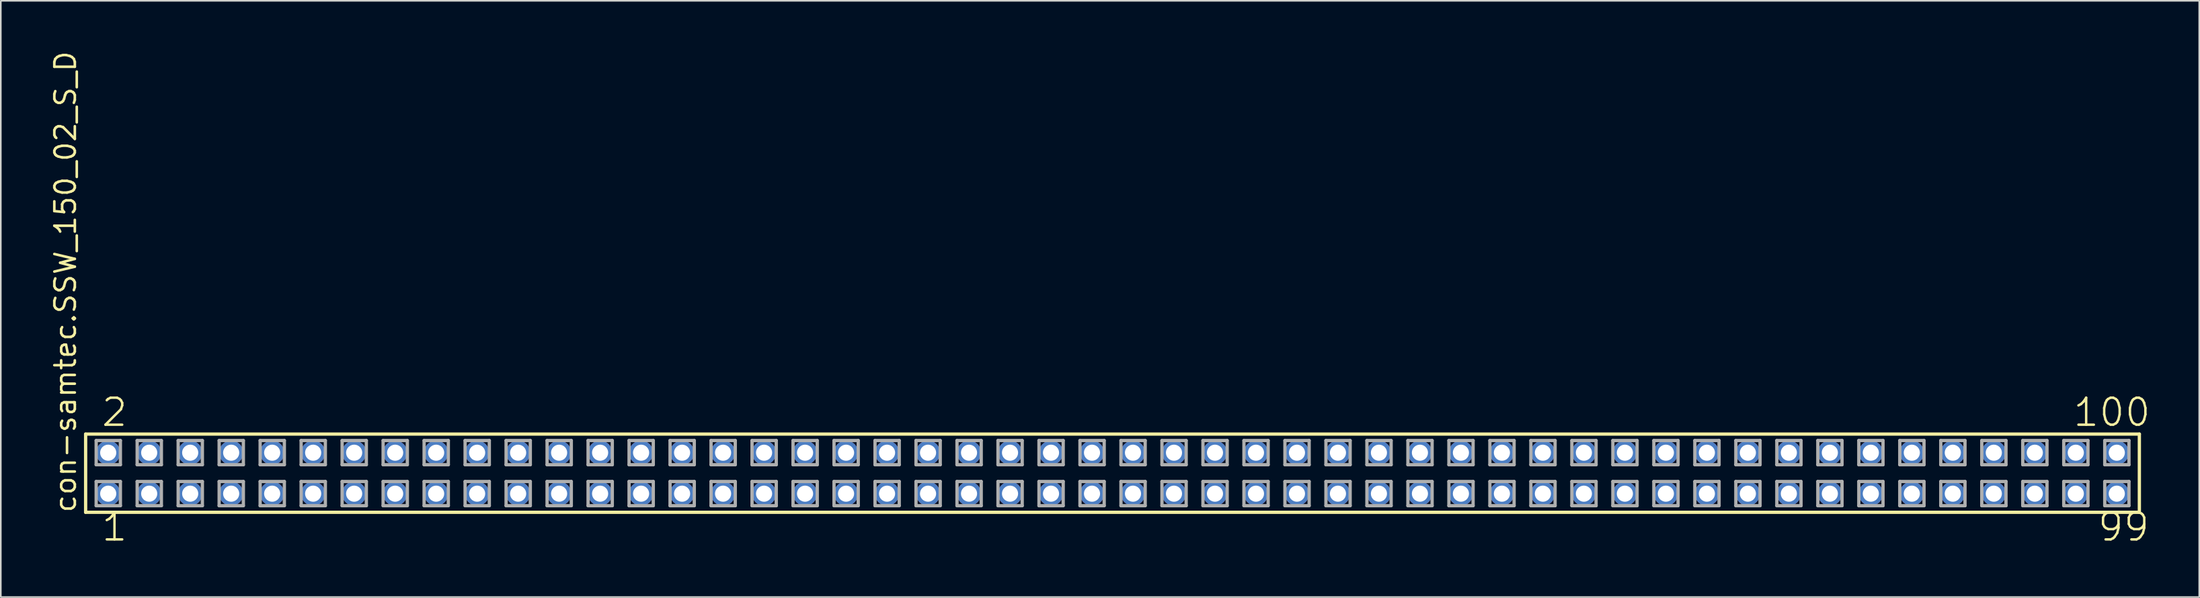
<source format=kicad_pcb>
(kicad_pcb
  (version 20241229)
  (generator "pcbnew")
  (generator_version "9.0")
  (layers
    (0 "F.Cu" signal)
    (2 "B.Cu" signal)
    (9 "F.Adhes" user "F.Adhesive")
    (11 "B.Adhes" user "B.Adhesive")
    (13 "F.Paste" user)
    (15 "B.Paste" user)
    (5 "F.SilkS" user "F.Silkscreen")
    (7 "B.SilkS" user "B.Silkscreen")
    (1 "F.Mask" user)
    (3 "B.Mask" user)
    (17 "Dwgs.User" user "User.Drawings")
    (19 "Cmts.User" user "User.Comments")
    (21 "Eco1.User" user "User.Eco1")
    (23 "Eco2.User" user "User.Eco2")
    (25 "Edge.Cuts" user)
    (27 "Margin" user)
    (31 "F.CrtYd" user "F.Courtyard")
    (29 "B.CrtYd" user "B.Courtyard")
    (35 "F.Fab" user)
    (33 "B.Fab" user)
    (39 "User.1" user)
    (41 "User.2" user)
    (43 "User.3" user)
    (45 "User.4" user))
  (footprint "con-samtec.SSW_150_02_S_D"
    (layer "F.Cu")
    (at 65.885 26.291)
    (property "Reference" "con-samtec.SSW_150_02_S_D" (at -64.135 2.54 90) (layer "F.SilkS") (effects (font (size 1.27 1.27) (thickness 0.16)) (justify left bottom)))
    (attr through_hole)
    (fp_line (start -63.629 -2.425) (end 63.629 -2.425) (stroke (width 0.203) (type default)) (layer "F.SilkS"))
    (fp_line (start -63.629 2.425) (end -63.629 -2.425) (stroke (width 0.203) (type default)) (layer "F.SilkS"))
    (fp_line (start 63.629 -2.425) (end 63.629 2.425) (stroke (width 0.203) (type default)) (layer "F.SilkS"))
    (fp_line (start 63.629 2.425) (end -63.629 2.425) (stroke (width 0.203) (type default)) (layer "F.SilkS"))
    (fp_line (start -62.975 -2.025) (end -61.475 -2.025) (stroke (width 0.203) (type default)) (layer "F.Fab"))
    (fp_line (start -62.975 -0.525) (end -62.975 -2.025) (stroke (width 0.203) (type default)) (layer "F.Fab"))
    (fp_line (start -62.975 0.515) (end -61.475 0.515) (stroke (width 0.203) (type default)) (layer "F.Fab"))
    (fp_line (start -62.975 2.015) (end -62.975 0.515) (stroke (width 0.203) (type default)) (layer "F.Fab"))
    (fp_line (start -61.475 -2.025) (end -61.475 -0.525) (stroke (width 0.203) (type default)) (layer "F.Fab"))
    (fp_line (start -61.475 -0.525) (end -62.975 -0.525) (stroke (width 0.203) (type default)) (layer "F.Fab"))
    (fp_line (start -61.475 0.515) (end -61.475 2.015) (stroke (width 0.203) (type default)) (layer "F.Fab"))
    (fp_line (start -61.475 2.015) (end -62.975 2.015) (stroke (width 0.203) (type default)) (layer "F.Fab"))
    (fp_line (start -60.435 -2.025) (end -58.935 -2.025) (stroke (width 0.203) (type default)) (layer "F.Fab"))
    (fp_line (start -60.435 -0.525) (end -60.435 -2.025) (stroke (width 0.203) (type default)) (layer "F.Fab"))
    (fp_line (start -60.435 0.515) (end -58.935 0.515) (stroke (width 0.203) (type default)) (layer "F.Fab"))
    (fp_line (start -60.435 2.015) (end -60.435 0.515) (stroke (width 0.203) (type default)) (layer "F.Fab"))
    (fp_line (start -58.935 -2.025) (end -58.935 -0.525) (stroke (width 0.203) (type default)) (layer "F.Fab"))
    (fp_line (start -58.935 -0.525) (end -60.435 -0.525) (stroke (width 0.203) (type default)) (layer "F.Fab"))
    (fp_line (start -58.935 0.515) (end -58.935 2.015) (stroke (width 0.203) (type default)) (layer "F.Fab"))
    (fp_line (start -58.935 2.015) (end -60.435 2.015) (stroke (width 0.203) (type default)) (layer "F.Fab"))
    (fp_line (start -57.895 -2.025) (end -56.395 -2.025) (stroke (width 0.203) (type default)) (layer "F.Fab"))
    (fp_line (start -57.895 -0.525) (end -57.895 -2.025) (stroke (width 0.203) (type default)) (layer "F.Fab"))
    (fp_line (start -57.895 0.515) (end -56.395 0.515) (stroke (width 0.203) (type default)) (layer "F.Fab"))
    (fp_line (start -57.895 2.015) (end -57.895 0.515) (stroke (width 0.203) (type default)) (layer "F.Fab"))
    (fp_line (start -56.395 -2.025) (end -56.395 -0.525) (stroke (width 0.203) (type default)) (layer "F.Fab"))
    (fp_line (start -56.395 -0.525) (end -57.895 -0.525) (stroke (width 0.203) (type default)) (layer "F.Fab"))
    (fp_line (start -56.395 0.515) (end -56.395 2.015) (stroke (width 0.203) (type default)) (layer "F.Fab"))
    (fp_line (start -56.395 2.015) (end -57.895 2.015) (stroke (width 0.203) (type default)) (layer "F.Fab"))
    (fp_line (start -55.355 -2.025) (end -53.855 -2.025) (stroke (width 0.203) (type default)) (layer "F.Fab"))
    (fp_line (start -55.355 -0.525) (end -55.355 -2.025) (stroke (width 0.203) (type default)) (layer "F.Fab"))
    (fp_line (start -55.355 0.515) (end -53.855 0.515) (stroke (width 0.203) (type default)) (layer "F.Fab"))
    (fp_line (start -55.355 2.015) (end -55.355 0.515) (stroke (width 0.203) (type default)) (layer "F.Fab"))
    (fp_line (start -53.855 -2.025) (end -53.855 -0.525) (stroke (width 0.203) (type default)) (layer "F.Fab"))
    (fp_line (start -53.855 -0.525) (end -55.355 -0.525) (stroke (width 0.203) (type default)) (layer "F.Fab"))
    (fp_line (start -53.855 0.515) (end -53.855 2.015) (stroke (width 0.203) (type default)) (layer "F.Fab"))
    (fp_line (start -53.855 2.015) (end -55.355 2.015) (stroke (width 0.203) (type default)) (layer "F.Fab"))
    (fp_line (start -52.815 -2.025) (end -51.315 -2.025) (stroke (width 0.203) (type default)) (layer "F.Fab"))
    (fp_line (start -52.815 -0.525) (end -52.815 -2.025) (stroke (width 0.203) (type default)) (layer "F.Fab"))
    (fp_line (start -52.815 0.515) (end -51.315 0.515) (stroke (width 0.203) (type default)) (layer "F.Fab"))
    (fp_line (start -52.815 2.015) (end -52.815 0.515) (stroke (width 0.203) (type default)) (layer "F.Fab"))
    (fp_line (start -51.315 -2.025) (end -51.315 -0.525) (stroke (width 0.203) (type default)) (layer "F.Fab"))
    (fp_line (start -51.315 -0.525) (end -52.815 -0.525) (stroke (width 0.203) (type default)) (layer "F.Fab"))
    (fp_line (start -51.315 0.515) (end -51.315 2.015) (stroke (width 0.203) (type default)) (layer "F.Fab"))
    (fp_line (start -51.315 2.015) (end -52.815 2.015) (stroke (width 0.203) (type default)) (layer "F.Fab"))
    (fp_line (start -50.275 -2.025) (end -48.775 -2.025) (stroke (width 0.203) (type default)) (layer "F.Fab"))
    (fp_line (start -50.275 -0.525) (end -50.275 -2.025) (stroke (width 0.203) (type default)) (layer "F.Fab"))
    (fp_line (start -50.275 0.515) (end -48.775 0.515) (stroke (width 0.203) (type default)) (layer "F.Fab"))
    (fp_line (start -50.275 2.015) (end -50.275 0.515) (stroke (width 0.203) (type default)) (layer "F.Fab"))
    (fp_line (start -48.775 -2.025) (end -48.775 -0.525) (stroke (width 0.203) (type default)) (layer "F.Fab"))
    (fp_line (start -48.775 -0.525) (end -50.275 -0.525) (stroke (width 0.203) (type default)) (layer "F.Fab"))
    (fp_line (start -48.775 0.515) (end -48.775 2.015) (stroke (width 0.203) (type default)) (layer "F.Fab"))
    (fp_line (start -48.775 2.015) (end -50.275 2.015) (stroke (width 0.203) (type default)) (layer "F.Fab"))
    (fp_line (start -47.735 -2.025) (end -46.235 -2.025) (stroke (width 0.203) (type default)) (layer "F.Fab"))
    (fp_line (start -47.735 -0.525) (end -47.735 -2.025) (stroke (width 0.203) (type default)) (layer "F.Fab"))
    (fp_line (start -47.735 0.515) (end -46.235 0.515) (stroke (width 0.203) (type default)) (layer "F.Fab"))
    (fp_line (start -47.735 2.015) (end -47.735 0.515) (stroke (width 0.203) (type default)) (layer "F.Fab"))
    (fp_line (start -46.235 -2.025) (end -46.235 -0.525) (stroke (width 0.203) (type default)) (layer "F.Fab"))
    (fp_line (start -46.235 -0.525) (end -47.735 -0.525) (stroke (width 0.203) (type default)) (layer "F.Fab"))
    (fp_line (start -46.235 0.515) (end -46.235 2.015) (stroke (width 0.203) (type default)) (layer "F.Fab"))
    (fp_line (start -46.235 2.015) (end -47.735 2.015) (stroke (width 0.203) (type default)) (layer "F.Fab"))
    (fp_line (start -45.195 -2.025) (end -43.695 -2.025) (stroke (width 0.203) (type default)) (layer "F.Fab"))
    (fp_line (start -45.195 -0.525) (end -45.195 -2.025) (stroke (width 0.203) (type default)) (layer "F.Fab"))
    (fp_line (start -45.195 0.515) (end -43.695 0.515) (stroke (width 0.203) (type default)) (layer "F.Fab"))
    (fp_line (start -45.195 2.015) (end -45.195 0.515) (stroke (width 0.203) (type default)) (layer "F.Fab"))
    (fp_line (start -43.695 -2.025) (end -43.695 -0.525) (stroke (width 0.203) (type default)) (layer "F.Fab"))
    (fp_line (start -43.695 -0.525) (end -45.195 -0.525) (stroke (width 0.203) (type default)) (layer "F.Fab"))
    (fp_line (start -43.695 0.515) (end -43.695 2.015) (stroke (width 0.203) (type default)) (layer "F.Fab"))
    (fp_line (start -43.695 2.015) (end -45.195 2.015) (stroke (width 0.203) (type default)) (layer "F.Fab"))
    (fp_line (start -42.655 -2.025) (end -41.155 -2.025) (stroke (width 0.203) (type default)) (layer "F.Fab"))
    (fp_line (start -42.655 -0.525) (end -42.655 -2.025) (stroke (width 0.203) (type default)) (layer "F.Fab"))
    (fp_line (start -42.655 0.515) (end -41.155 0.515) (stroke (width 0.203) (type default)) (layer "F.Fab"))
    (fp_line (start -42.655 2.015) (end -42.655 0.515) (stroke (width 0.203) (type default)) (layer "F.Fab"))
    (fp_line (start -41.155 -2.025) (end -41.155 -0.525) (stroke (width 0.203) (type default)) (layer "F.Fab"))
    (fp_line (start -41.155 -0.525) (end -42.655 -0.525) (stroke (width 0.203) (type default)) (layer "F.Fab"))
    (fp_line (start -41.155 0.515) (end -41.155 2.015) (stroke (width 0.203) (type default)) (layer "F.Fab"))
    (fp_line (start -41.155 2.015) (end -42.655 2.015) (stroke (width 0.203) (type default)) (layer "F.Fab"))
    (fp_line (start -40.115 -2.025) (end -38.615 -2.025) (stroke (width 0.203) (type default)) (layer "F.Fab"))
    (fp_line (start -40.115 -0.525) (end -40.115 -2.025) (stroke (width 0.203) (type default)) (layer "F.Fab"))
    (fp_line (start -40.115 0.515) (end -38.615 0.515) (stroke (width 0.203) (type default)) (layer "F.Fab"))
    (fp_line (start -40.115 2.015) (end -40.115 0.515) (stroke (width 0.203) (type default)) (layer "F.Fab"))
    (fp_line (start -38.615 -2.025) (end -38.615 -0.525) (stroke (width 0.203) (type default)) (layer "F.Fab"))
    (fp_line (start -38.615 -0.525) (end -40.115 -0.525) (stroke (width 0.203) (type default)) (layer "F.Fab"))
    (fp_line (start -38.615 0.515) (end -38.615 2.015) (stroke (width 0.203) (type default)) (layer "F.Fab"))
    (fp_line (start -38.615 2.015) (end -40.115 2.015) (stroke (width 0.203) (type default)) (layer "F.Fab"))
    (fp_line (start -37.575 -2.025) (end -36.075 -2.025) (stroke (width 0.203) (type default)) (layer "F.Fab"))
    (fp_line (start -37.575 -0.525) (end -37.575 -2.025) (stroke (width 0.203) (type default)) (layer "F.Fab"))
    (fp_line (start -37.575 0.515) (end -36.075 0.515) (stroke (width 0.203) (type default)) (layer "F.Fab"))
    (fp_line (start -37.575 2.015) (end -37.575 0.515) (stroke (width 0.203) (type default)) (layer "F.Fab"))
    (fp_line (start -36.075 -2.025) (end -36.075 -0.525) (stroke (width 0.203) (type default)) (layer "F.Fab"))
    (fp_line (start -36.075 -0.525) (end -37.575 -0.525) (stroke (width 0.203) (type default)) (layer "F.Fab"))
    (fp_line (start -36.075 0.515) (end -36.075 2.015) (stroke (width 0.203) (type default)) (layer "F.Fab"))
    (fp_line (start -36.075 2.015) (end -37.575 2.015) (stroke (width 0.203) (type default)) (layer "F.Fab"))
    (fp_line (start -35.035 -2.025) (end -33.535 -2.025) (stroke (width 0.203) (type default)) (layer "F.Fab"))
    (fp_line (start -35.035 -0.525) (end -35.035 -2.025) (stroke (width 0.203) (type default)) (layer "F.Fab"))
    (fp_line (start -35.035 0.515) (end -33.535 0.515) (stroke (width 0.203) (type default)) (layer "F.Fab"))
    (fp_line (start -35.035 2.015) (end -35.035 0.515) (stroke (width 0.203) (type default)) (layer "F.Fab"))
    (fp_line (start -33.535 -2.025) (end -33.535 -0.525) (stroke (width 0.203) (type default)) (layer "F.Fab"))
    (fp_line (start -33.535 -0.525) (end -35.035 -0.525) (stroke (width 0.203) (type default)) (layer "F.Fab"))
    (fp_line (start -33.535 0.515) (end -33.535 2.015) (stroke (width 0.203) (type default)) (layer "F.Fab"))
    (fp_line (start -33.535 2.015) (end -35.035 2.015) (stroke (width 0.203) (type default)) (layer "F.Fab"))
    (fp_line (start -32.495 -2.025) (end -30.995 -2.025) (stroke (width 0.203) (type default)) (layer "F.Fab"))
    (fp_line (start -32.495 -0.525) (end -32.495 -2.025) (stroke (width 0.203) (type default)) (layer "F.Fab"))
    (fp_line (start -32.495 0.515) (end -30.995 0.515) (stroke (width 0.203) (type default)) (layer "F.Fab"))
    (fp_line (start -32.495 2.015) (end -32.495 0.515) (stroke (width 0.203) (type default)) (layer "F.Fab"))
    (fp_line (start -30.995 -2.025) (end -30.995 -0.525) (stroke (width 0.203) (type default)) (layer "F.Fab"))
    (fp_line (start -30.995 -0.525) (end -32.495 -0.525) (stroke (width 0.203) (type default)) (layer "F.Fab"))
    (fp_line (start -30.995 0.515) (end -30.995 2.015) (stroke (width 0.203) (type default)) (layer "F.Fab"))
    (fp_line (start -30.995 2.015) (end -32.495 2.015) (stroke (width 0.203) (type default)) (layer "F.Fab"))
    (fp_line (start -29.955 -2.025) (end -28.455 -2.025) (stroke (width 0.203) (type default)) (layer "F.Fab"))
    (fp_line (start -29.955 -0.525) (end -29.955 -2.025) (stroke (width 0.203) (type default)) (layer "F.Fab"))
    (fp_line (start -29.955 0.515) (end -28.455 0.515) (stroke (width 0.203) (type default)) (layer "F.Fab"))
    (fp_line (start -29.955 2.015) (end -29.955 0.515) (stroke (width 0.203) (type default)) (layer "F.Fab"))
    (fp_line (start -28.455 -2.025) (end -28.455 -0.525) (stroke (width 0.203) (type default)) (layer "F.Fab"))
    (fp_line (start -28.455 -0.525) (end -29.955 -0.525) (stroke (width 0.203) (type default)) (layer "F.Fab"))
    (fp_line (start -28.455 0.515) (end -28.455 2.015) (stroke (width 0.203) (type default)) (layer "F.Fab"))
    (fp_line (start -28.455 2.015) (end -29.955 2.015) (stroke (width 0.203) (type default)) (layer "F.Fab"))
    (fp_line (start -27.415 -2.025) (end -25.915 -2.025) (stroke (width 0.203) (type default)) (layer "F.Fab"))
    (fp_line (start -27.415 -0.525) (end -27.415 -2.025) (stroke (width 0.203) (type default)) (layer "F.Fab"))
    (fp_line (start -27.415 0.515) (end -25.915 0.515) (stroke (width 0.203) (type default)) (layer "F.Fab"))
    (fp_line (start -27.415 2.015) (end -27.415 0.515) (stroke (width 0.203) (type default)) (layer "F.Fab"))
    (fp_line (start -25.915 -2.025) (end -25.915 -0.525) (stroke (width 0.203) (type default)) (layer "F.Fab"))
    (fp_line (start -25.915 -0.525) (end -27.415 -0.525) (stroke (width 0.203) (type default)) (layer "F.Fab"))
    (fp_line (start -25.915 0.515) (end -25.915 2.015) (stroke (width 0.203) (type default)) (layer "F.Fab"))
    (fp_line (start -25.915 2.015) (end -27.415 2.015) (stroke (width 0.203) (type default)) (layer "F.Fab"))
    (fp_line (start -24.875 -2.025) (end -23.375 -2.025) (stroke (width 0.203) (type default)) (layer "F.Fab"))
    (fp_line (start -24.875 -0.525) (end -24.875 -2.025) (stroke (width 0.203) (type default)) (layer "F.Fab"))
    (fp_line (start -24.875 0.515) (end -23.375 0.515) (stroke (width 0.203) (type default)) (layer "F.Fab"))
    (fp_line (start -24.875 2.015) (end -24.875 0.515) (stroke (width 0.203) (type default)) (layer "F.Fab"))
    (fp_line (start -23.375 -2.025) (end -23.375 -0.525) (stroke (width 0.203) (type default)) (layer "F.Fab"))
    (fp_line (start -23.375 -0.525) (end -24.875 -0.525) (stroke (width 0.203) (type default)) (layer "F.Fab"))
    (fp_line (start -23.375 0.515) (end -23.375 2.015) (stroke (width 0.203) (type default)) (layer "F.Fab"))
    (fp_line (start -23.375 2.015) (end -24.875 2.015) (stroke (width 0.203) (type default)) (layer "F.Fab"))
    (fp_line (start -22.335 -2.025) (end -20.835 -2.025) (stroke (width 0.203) (type default)) (layer "F.Fab"))
    (fp_line (start -22.335 -0.525) (end -22.335 -2.025) (stroke (width 0.203) (type default)) (layer "F.Fab"))
    (fp_line (start -22.335 0.515) (end -20.835 0.515) (stroke (width 0.203) (type default)) (layer "F.Fab"))
    (fp_line (start -22.335 2.015) (end -22.335 0.515) (stroke (width 0.203) (type default)) (layer "F.Fab"))
    (fp_line (start -20.835 -2.025) (end -20.835 -0.525) (stroke (width 0.203) (type default)) (layer "F.Fab"))
    (fp_line (start -20.835 -0.525) (end -22.335 -0.525) (stroke (width 0.203) (type default)) (layer "F.Fab"))
    (fp_line (start -20.835 0.515) (end -20.835 2.015) (stroke (width 0.203) (type default)) (layer "F.Fab"))
    (fp_line (start -20.835 2.015) (end -22.335 2.015) (stroke (width 0.203) (type default)) (layer "F.Fab"))
    (fp_line (start -19.795 -2.025) (end -18.295 -2.025) (stroke (width 0.203) (type default)) (layer "F.Fab"))
    (fp_line (start -19.795 -0.525) (end -19.795 -2.025) (stroke (width 0.203) (type default)) (layer "F.Fab"))
    (fp_line (start -19.795 0.515) (end -18.295 0.515) (stroke (width 0.203) (type default)) (layer "F.Fab"))
    (fp_line (start -19.795 2.015) (end -19.795 0.515) (stroke (width 0.203) (type default)) (layer "F.Fab"))
    (fp_line (start -18.295 -2.025) (end -18.295 -0.525) (stroke (width 0.203) (type default)) (layer "F.Fab"))
    (fp_line (start -18.295 -0.525) (end -19.795 -0.525) (stroke (width 0.203) (type default)) (layer "F.Fab"))
    (fp_line (start -18.295 0.515) (end -18.295 2.015) (stroke (width 0.203) (type default)) (layer "F.Fab"))
    (fp_line (start -18.295 2.015) (end -19.795 2.015) (stroke (width 0.203) (type default)) (layer "F.Fab"))
    (fp_line (start -17.255 -2.025) (end -15.755 -2.025) (stroke (width 0.203) (type default)) (layer "F.Fab"))
    (fp_line (start -17.255 -0.525) (end -17.255 -2.025) (stroke (width 0.203) (type default)) (layer "F.Fab"))
    (fp_line (start -17.255 0.515) (end -15.755 0.515) (stroke (width 0.203) (type default)) (layer "F.Fab"))
    (fp_line (start -17.255 2.015) (end -17.255 0.515) (stroke (width 0.203) (type default)) (layer "F.Fab"))
    (fp_line (start -15.755 -2.025) (end -15.755 -0.525) (stroke (width 0.203) (type default)) (layer "F.Fab"))
    (fp_line (start -15.755 -0.525) (end -17.255 -0.525) (stroke (width 0.203) (type default)) (layer "F.Fab"))
    (fp_line (start -15.755 0.515) (end -15.755 2.015) (stroke (width 0.203) (type default)) (layer "F.Fab"))
    (fp_line (start -15.755 2.015) (end -17.255 2.015) (stroke (width 0.203) (type default)) (layer "F.Fab"))
    (fp_line (start -14.715 -2.025) (end -13.215 -2.025) (stroke (width 0.203) (type default)) (layer "F.Fab"))
    (fp_line (start -14.715 -0.525) (end -14.715 -2.025) (stroke (width 0.203) (type default)) (layer "F.Fab"))
    (fp_line (start -14.715 0.515) (end -13.215 0.515) (stroke (width 0.203) (type default)) (layer "F.Fab"))
    (fp_line (start -14.715 2.015) (end -14.715 0.515) (stroke (width 0.203) (type default)) (layer "F.Fab"))
    (fp_line (start -13.215 -2.025) (end -13.215 -0.525) (stroke (width 0.203) (type default)) (layer "F.Fab"))
    (fp_line (start -13.215 -0.525) (end -14.715 -0.525) (stroke (width 0.203) (type default)) (layer "F.Fab"))
    (fp_line (start -13.215 0.515) (end -13.215 2.015) (stroke (width 0.203) (type default)) (layer "F.Fab"))
    (fp_line (start -13.215 2.015) (end -14.715 2.015) (stroke (width 0.203) (type default)) (layer "F.Fab"))
    (fp_line (start -12.175 -2.025) (end -10.675 -2.025) (stroke (width 0.203) (type default)) (layer "F.Fab"))
    (fp_line (start -12.175 -0.525) (end -12.175 -2.025) (stroke (width 0.203) (type default)) (layer "F.Fab"))
    (fp_line (start -12.175 0.515) (end -10.675 0.515) (stroke (width 0.203) (type default)) (layer "F.Fab"))
    (fp_line (start -12.175 2.015) (end -12.175 0.515) (stroke (width 0.203) (type default)) (layer "F.Fab"))
    (fp_line (start -10.675 -2.025) (end -10.675 -0.525) (stroke (width 0.203) (type default)) (layer "F.Fab"))
    (fp_line (start -10.675 -0.525) (end -12.175 -0.525) (stroke (width 0.203) (type default)) (layer "F.Fab"))
    (fp_line (start -10.675 0.515) (end -10.675 2.015) (stroke (width 0.203) (type default)) (layer "F.Fab"))
    (fp_line (start -10.675 2.015) (end -12.175 2.015) (stroke (width 0.203) (type default)) (layer "F.Fab"))
    (fp_line (start -9.635 -2.025) (end -8.135 -2.025) (stroke (width 0.203) (type default)) (layer "F.Fab"))
    (fp_line (start -9.635 -0.525) (end -9.635 -2.025) (stroke (width 0.203) (type default)) (layer "F.Fab"))
    (fp_line (start -9.635 0.515) (end -8.135 0.515) (stroke (width 0.203) (type default)) (layer "F.Fab"))
    (fp_line (start -9.635 2.015) (end -9.635 0.515) (stroke (width 0.203) (type default)) (layer "F.Fab"))
    (fp_line (start -8.135 -2.025) (end -8.135 -0.525) (stroke (width 0.203) (type default)) (layer "F.Fab"))
    (fp_line (start -8.135 -0.525) (end -9.635 -0.525) (stroke (width 0.203) (type default)) (layer "F.Fab"))
    (fp_line (start -8.135 0.515) (end -8.135 2.015) (stroke (width 0.203) (type default)) (layer "F.Fab"))
    (fp_line (start -8.135 2.015) (end -9.635 2.015) (stroke (width 0.203) (type default)) (layer "F.Fab"))
    (fp_line (start -7.095 -2.025) (end -5.595 -2.025) (stroke (width 0.203) (type default)) (layer "F.Fab"))
    (fp_line (start -7.095 -0.525) (end -7.095 -2.025) (stroke (width 0.203) (type default)) (layer "F.Fab"))
    (fp_line (start -7.095 0.515) (end -5.595 0.515) (stroke (width 0.203) (type default)) (layer "F.Fab"))
    (fp_line (start -7.095 2.015) (end -7.095 0.515) (stroke (width 0.203) (type default)) (layer "F.Fab"))
    (fp_line (start -5.595 -2.025) (end -5.595 -0.525) (stroke (width 0.203) (type default)) (layer "F.Fab"))
    (fp_line (start -5.595 -0.525) (end -7.095 -0.525) (stroke (width 0.203) (type default)) (layer "F.Fab"))
    (fp_line (start -5.595 0.515) (end -5.595 2.015) (stroke (width 0.203) (type default)) (layer "F.Fab"))
    (fp_line (start -5.595 2.015) (end -7.095 2.015) (stroke (width 0.203) (type default)) (layer "F.Fab"))
    (fp_line (start -4.555 -2.025) (end -3.055 -2.025) (stroke (width 0.203) (type default)) (layer "F.Fab"))
    (fp_line (start -4.555 -0.525) (end -4.555 -2.025) (stroke (width 0.203) (type default)) (layer "F.Fab"))
    (fp_line (start -4.555 0.515) (end -3.055 0.515) (stroke (width 0.203) (type default)) (layer "F.Fab"))
    (fp_line (start -4.555 2.015) (end -4.555 0.515) (stroke (width 0.203) (type default)) (layer "F.Fab"))
    (fp_line (start -3.055 -2.025) (end -3.055 -0.525) (stroke (width 0.203) (type default)) (layer "F.Fab"))
    (fp_line (start -3.055 -0.525) (end -4.555 -0.525) (stroke (width 0.203) (type default)) (layer "F.Fab"))
    (fp_line (start -3.055 0.515) (end -3.055 2.015) (stroke (width 0.203) (type default)) (layer "F.Fab"))
    (fp_line (start -3.055 2.015) (end -4.555 2.015) (stroke (width 0.203) (type default)) (layer "F.Fab"))
    (fp_line (start -2.015 -2.025) (end -0.515 -2.025) (stroke (width 0.203) (type default)) (layer "F.Fab"))
    (fp_line (start -2.015 -0.525) (end -2.015 -2.025) (stroke (width 0.203) (type default)) (layer "F.Fab"))
    (fp_line (start -2.015 0.515) (end -0.515 0.515) (stroke (width 0.203) (type default)) (layer "F.Fab"))
    (fp_line (start -2.015 2.015) (end -2.015 0.515) (stroke (width 0.203) (type default)) (layer "F.Fab"))
    (fp_line (start -0.515 -2.025) (end -0.515 -0.525) (stroke (width 0.203) (type default)) (layer "F.Fab"))
    (fp_line (start -0.515 -0.525) (end -2.015 -0.525) (stroke (width 0.203) (type default)) (layer "F.Fab"))
    (fp_line (start -0.515 0.515) (end -0.515 2.015) (stroke (width 0.203) (type default)) (layer "F.Fab"))
    (fp_line (start -0.515 2.015) (end -2.015 2.015) (stroke (width 0.203) (type default)) (layer "F.Fab"))
    (fp_line (start 0.525 -2.025) (end 2.025 -2.025) (stroke (width 0.203) (type default)) (layer "F.Fab"))
    (fp_line (start 0.525 -0.525) (end 0.525 -2.025) (stroke (width 0.203) (type default)) (layer "F.Fab"))
    (fp_line (start 0.525 0.515) (end 2.025 0.515) (stroke (width 0.203) (type default)) (layer "F.Fab"))
    (fp_line (start 0.525 2.015) (end 0.525 0.515) (stroke (width 0.203) (type default)) (layer "F.Fab"))
    (fp_line (start 2.025 -2.025) (end 2.025 -0.525) (stroke (width 0.203) (type default)) (layer "F.Fab"))
    (fp_line (start 2.025 -0.525) (end 0.525 -0.525) (stroke (width 0.203) (type default)) (layer "F.Fab"))
    (fp_line (start 2.025 0.515) (end 2.025 2.015) (stroke (width 0.203) (type default)) (layer "F.Fab"))
    (fp_line (start 2.025 2.015) (end 0.525 2.015) (stroke (width 0.203) (type default)) (layer "F.Fab"))
    (fp_line (start 3.065 -2.025) (end 4.565 -2.025) (stroke (width 0.203) (type default)) (layer "F.Fab"))
    (fp_line (start 3.065 -0.525) (end 3.065 -2.025) (stroke (width 0.203) (type default)) (layer "F.Fab"))
    (fp_line (start 3.065 0.515) (end 4.565 0.515) (stroke (width 0.203) (type default)) (layer "F.Fab"))
    (fp_line (start 3.065 2.015) (end 3.065 0.515) (stroke (width 0.203) (type default)) (layer "F.Fab"))
    (fp_line (start 4.565 -2.025) (end 4.565 -0.525) (stroke (width 0.203) (type default)) (layer "F.Fab"))
    (fp_line (start 4.565 -0.525) (end 3.065 -0.525) (stroke (width 0.203) (type default)) (layer "F.Fab"))
    (fp_line (start 4.565 0.515) (end 4.565 2.015) (stroke (width 0.203) (type default)) (layer "F.Fab"))
    (fp_line (start 4.565 2.015) (end 3.065 2.015) (stroke (width 0.203) (type default)) (layer "F.Fab"))
    (fp_line (start 5.605 -2.025) (end 7.105 -2.025) (stroke (width 0.203) (type default)) (layer "F.Fab"))
    (fp_line (start 5.605 -0.525) (end 5.605 -2.025) (stroke (width 0.203) (type default)) (layer "F.Fab"))
    (fp_line (start 5.605 0.515) (end 7.105 0.515) (stroke (width 0.203) (type default)) (layer "F.Fab"))
    (fp_line (start 5.605 2.015) (end 5.605 0.515) (stroke (width 0.203) (type default)) (layer "F.Fab"))
    (fp_line (start 7.105 -2.025) (end 7.105 -0.525) (stroke (width 0.203) (type default)) (layer "F.Fab"))
    (fp_line (start 7.105 -0.525) (end 5.605 -0.525) (stroke (width 0.203) (type default)) (layer "F.Fab"))
    (fp_line (start 7.105 0.515) (end 7.105 2.015) (stroke (width 0.203) (type default)) (layer "F.Fab"))
    (fp_line (start 7.105 2.015) (end 5.605 2.015) (stroke (width 0.203) (type default)) (layer "F.Fab"))
    (fp_line (start 8.145 -2.025) (end 9.645 -2.025) (stroke (width 0.203) (type default)) (layer "F.Fab"))
    (fp_line (start 8.145 -0.525) (end 8.145 -2.025) (stroke (width 0.203) (type default)) (layer "F.Fab"))
    (fp_line (start 8.145 0.515) (end 9.645 0.515) (stroke (width 0.203) (type default)) (layer "F.Fab"))
    (fp_line (start 8.145 2.015) (end 8.145 0.515) (stroke (width 0.203) (type default)) (layer "F.Fab"))
    (fp_line (start 9.645 -2.025) (end 9.645 -0.525) (stroke (width 0.203) (type default)) (layer "F.Fab"))
    (fp_line (start 9.645 -0.525) (end 8.145 -0.525) (stroke (width 0.203) (type default)) (layer "F.Fab"))
    (fp_line (start 9.645 0.515) (end 9.645 2.015) (stroke (width 0.203) (type default)) (layer "F.Fab"))
    (fp_line (start 9.645 2.015) (end 8.145 2.015) (stroke (width 0.203) (type default)) (layer "F.Fab"))
    (fp_line (start 10.685 -2.025) (end 12.185 -2.025) (stroke (width 0.203) (type default)) (layer "F.Fab"))
    (fp_line (start 10.685 -0.525) (end 10.685 -2.025) (stroke (width 0.203) (type default)) (layer "F.Fab"))
    (fp_line (start 10.685 0.515) (end 12.185 0.515) (stroke (width 0.203) (type default)) (layer "F.Fab"))
    (fp_line (start 10.685 2.015) (end 10.685 0.515) (stroke (width 0.203) (type default)) (layer "F.Fab"))
    (fp_line (start 12.185 -2.025) (end 12.185 -0.525) (stroke (width 0.203) (type default)) (layer "F.Fab"))
    (fp_line (start 12.185 -0.525) (end 10.685 -0.525) (stroke (width 0.203) (type default)) (layer "F.Fab"))
    (fp_line (start 12.185 0.515) (end 12.185 2.015) (stroke (width 0.203) (type default)) (layer "F.Fab"))
    (fp_line (start 12.185 2.015) (end 10.685 2.015) (stroke (width 0.203) (type default)) (layer "F.Fab"))
    (fp_line (start 13.225 -2.025) (end 14.725 -2.025) (stroke (width 0.203) (type default)) (layer "F.Fab"))
    (fp_line (start 13.225 -0.525) (end 13.225 -2.025) (stroke (width 0.203) (type default)) (layer "F.Fab"))
    (fp_line (start 13.225 0.515) (end 14.725 0.515) (stroke (width 0.203) (type default)) (layer "F.Fab"))
    (fp_line (start 13.225 2.015) (end 13.225 0.515) (stroke (width 0.203) (type default)) (layer "F.Fab"))
    (fp_line (start 14.725 -2.025) (end 14.725 -0.525) (stroke (width 0.203) (type default)) (layer "F.Fab"))
    (fp_line (start 14.725 -0.525) (end 13.225 -0.525) (stroke (width 0.203) (type default)) (layer "F.Fab"))
    (fp_line (start 14.725 0.515) (end 14.725 2.015) (stroke (width 0.203) (type default)) (layer "F.Fab"))
    (fp_line (start 14.725 2.015) (end 13.225 2.015) (stroke (width 0.203) (type default)) (layer "F.Fab"))
    (fp_line (start 15.765 -2.025) (end 17.265 -2.025) (stroke (width 0.203) (type default)) (layer "F.Fab"))
    (fp_line (start 15.765 -0.525) (end 15.765 -2.025) (stroke (width 0.203) (type default)) (layer "F.Fab"))
    (fp_line (start 15.765 0.515) (end 17.265 0.515) (stroke (width 0.203) (type default)) (layer "F.Fab"))
    (fp_line (start 15.765 2.015) (end 15.765 0.515) (stroke (width 0.203) (type default)) (layer "F.Fab"))
    (fp_line (start 17.265 -2.025) (end 17.265 -0.525) (stroke (width 0.203) (type default)) (layer "F.Fab"))
    (fp_line (start 17.265 -0.525) (end 15.765 -0.525) (stroke (width 0.203) (type default)) (layer "F.Fab"))
    (fp_line (start 17.265 0.515) (end 17.265 2.015) (stroke (width 0.203) (type default)) (layer "F.Fab"))
    (fp_line (start 17.265 2.015) (end 15.765 2.015) (stroke (width 0.203) (type default)) (layer "F.Fab"))
    (fp_line (start 18.305 -2.025) (end 19.805 -2.025) (stroke (width 0.203) (type default)) (layer "F.Fab"))
    (fp_line (start 18.305 -0.525) (end 18.305 -2.025) (stroke (width 0.203) (type default)) (layer "F.Fab"))
    (fp_line (start 18.305 0.515) (end 19.805 0.515) (stroke (width 0.203) (type default)) (layer "F.Fab"))
    (fp_line (start 18.305 2.015) (end 18.305 0.515) (stroke (width 0.203) (type default)) (layer "F.Fab"))
    (fp_line (start 19.805 -2.025) (end 19.805 -0.525) (stroke (width 0.203) (type default)) (layer "F.Fab"))
    (fp_line (start 19.805 -0.525) (end 18.305 -0.525) (stroke (width 0.203) (type default)) (layer "F.Fab"))
    (fp_line (start 19.805 0.515) (end 19.805 2.015) (stroke (width 0.203) (type default)) (layer "F.Fab"))
    (fp_line (start 19.805 2.015) (end 18.305 2.015) (stroke (width 0.203) (type default)) (layer "F.Fab"))
    (fp_line (start 20.845 -2.025) (end 22.345 -2.025) (stroke (width 0.203) (type default)) (layer "F.Fab"))
    (fp_line (start 20.845 -0.525) (end 20.845 -2.025) (stroke (width 0.203) (type default)) (layer "F.Fab"))
    (fp_line (start 20.845 0.515) (end 22.345 0.515) (stroke (width 0.203) (type default)) (layer "F.Fab"))
    (fp_line (start 20.845 2.015) (end 20.845 0.515) (stroke (width 0.203) (type default)) (layer "F.Fab"))
    (fp_line (start 22.345 -2.025) (end 22.345 -0.525) (stroke (width 0.203) (type default)) (layer "F.Fab"))
    (fp_line (start 22.345 -0.525) (end 20.845 -0.525) (stroke (width 0.203) (type default)) (layer "F.Fab"))
    (fp_line (start 22.345 0.515) (end 22.345 2.015) (stroke (width 0.203) (type default)) (layer "F.Fab"))
    (fp_line (start 22.345 2.015) (end 20.845 2.015) (stroke (width 0.203) (type default)) (layer "F.Fab"))
    (fp_line (start 23.385 -2.025) (end 24.885 -2.025) (stroke (width 0.203) (type default)) (layer "F.Fab"))
    (fp_line (start 23.385 -0.525) (end 23.385 -2.025) (stroke (width 0.203) (type default)) (layer "F.Fab"))
    (fp_line (start 23.385 0.515) (end 24.885 0.515) (stroke (width 0.203) (type default)) (layer "F.Fab"))
    (fp_line (start 23.385 2.015) (end 23.385 0.515) (stroke (width 0.203) (type default)) (layer "F.Fab"))
    (fp_line (start 24.885 -2.025) (end 24.885 -0.525) (stroke (width 0.203) (type default)) (layer "F.Fab"))
    (fp_line (start 24.885 -0.525) (end 23.385 -0.525) (stroke (width 0.203) (type default)) (layer "F.Fab"))
    (fp_line (start 24.885 0.515) (end 24.885 2.015) (stroke (width 0.203) (type default)) (layer "F.Fab"))
    (fp_line (start 24.885 2.015) (end 23.385 2.015) (stroke (width 0.203) (type default)) (layer "F.Fab"))
    (fp_line (start 25.925 -2.025) (end 27.425 -2.025) (stroke (width 0.203) (type default)) (layer "F.Fab"))
    (fp_line (start 25.925 -0.525) (end 25.925 -2.025) (stroke (width 0.203) (type default)) (layer "F.Fab"))
    (fp_line (start 25.925 0.515) (end 27.425 0.515) (stroke (width 0.203) (type default)) (layer "F.Fab"))
    (fp_line (start 25.925 2.015) (end 25.925 0.515) (stroke (width 0.203) (type default)) (layer "F.Fab"))
    (fp_line (start 27.425 -2.025) (end 27.425 -0.525) (stroke (width 0.203) (type default)) (layer "F.Fab"))
    (fp_line (start 27.425 -0.525) (end 25.925 -0.525) (stroke (width 0.203) (type default)) (layer "F.Fab"))
    (fp_line (start 27.425 0.515) (end 27.425 2.015) (stroke (width 0.203) (type default)) (layer "F.Fab"))
    (fp_line (start 27.425 2.015) (end 25.925 2.015) (stroke (width 0.203) (type default)) (layer "F.Fab"))
    (fp_line (start 28.465 -2.025) (end 29.965 -2.025) (stroke (width 0.203) (type default)) (layer "F.Fab"))
    (fp_line (start 28.465 -0.525) (end 28.465 -2.025) (stroke (width 0.203) (type default)) (layer "F.Fab"))
    (fp_line (start 28.465 0.515) (end 29.965 0.515) (stroke (width 0.203) (type default)) (layer "F.Fab"))
    (fp_line (start 28.465 2.015) (end 28.465 0.515) (stroke (width 0.203) (type default)) (layer "F.Fab"))
    (fp_line (start 29.965 -2.025) (end 29.965 -0.525) (stroke (width 0.203) (type default)) (layer "F.Fab"))
    (fp_line (start 29.965 -0.525) (end 28.465 -0.525) (stroke (width 0.203) (type default)) (layer "F.Fab"))
    (fp_line (start 29.965 0.515) (end 29.965 2.015) (stroke (width 0.203) (type default)) (layer "F.Fab"))
    (fp_line (start 29.965 2.015) (end 28.465 2.015) (stroke (width 0.203) (type default)) (layer "F.Fab"))
    (fp_line (start 31.005 -2.025) (end 32.505 -2.025) (stroke (width 0.203) (type default)) (layer "F.Fab"))
    (fp_line (start 31.005 -0.525) (end 31.005 -2.025) (stroke (width 0.203) (type default)) (layer "F.Fab"))
    (fp_line (start 31.005 0.515) (end 32.505 0.515) (stroke (width 0.203) (type default)) (layer "F.Fab"))
    (fp_line (start 31.005 2.015) (end 31.005 0.515) (stroke (width 0.203) (type default)) (layer "F.Fab"))
    (fp_line (start 32.505 -2.025) (end 32.505 -0.525) (stroke (width 0.203) (type default)) (layer "F.Fab"))
    (fp_line (start 32.505 -0.525) (end 31.005 -0.525) (stroke (width 0.203) (type default)) (layer "F.Fab"))
    (fp_line (start 32.505 0.515) (end 32.505 2.015) (stroke (width 0.203) (type default)) (layer "F.Fab"))
    (fp_line (start 32.505 2.015) (end 31.005 2.015) (stroke (width 0.203) (type default)) (layer "F.Fab"))
    (fp_line (start 33.545 -2.025) (end 35.045 -2.025) (stroke (width 0.203) (type default)) (layer "F.Fab"))
    (fp_line (start 33.545 -0.525) (end 33.545 -2.025) (stroke (width 0.203) (type default)) (layer "F.Fab"))
    (fp_line (start 33.545 0.515) (end 35.045 0.515) (stroke (width 0.203) (type default)) (layer "F.Fab"))
    (fp_line (start 33.545 2.015) (end 33.545 0.515) (stroke (width 0.203) (type default)) (layer "F.Fab"))
    (fp_line (start 35.045 -2.025) (end 35.045 -0.525) (stroke (width 0.203) (type default)) (layer "F.Fab"))
    (fp_line (start 35.045 -0.525) (end 33.545 -0.525) (stroke (width 0.203) (type default)) (layer "F.Fab"))
    (fp_line (start 35.045 0.515) (end 35.045 2.015) (stroke (width 0.203) (type default)) (layer "F.Fab"))
    (fp_line (start 35.045 2.015) (end 33.545 2.015) (stroke (width 0.203) (type default)) (layer "F.Fab"))
    (fp_line (start 36.085 -2.025) (end 37.585 -2.025) (stroke (width 0.203) (type default)) (layer "F.Fab"))
    (fp_line (start 36.085 -0.525) (end 36.085 -2.025) (stroke (width 0.203) (type default)) (layer "F.Fab"))
    (fp_line (start 36.085 0.515) (end 37.585 0.515) (stroke (width 0.203) (type default)) (layer "F.Fab"))
    (fp_line (start 36.085 2.015) (end 36.085 0.515) (stroke (width 0.203) (type default)) (layer "F.Fab"))
    (fp_line (start 37.585 -2.025) (end 37.585 -0.525) (stroke (width 0.203) (type default)) (layer "F.Fab"))
    (fp_line (start 37.585 -0.525) (end 36.085 -0.525) (stroke (width 0.203) (type default)) (layer "F.Fab"))
    (fp_line (start 37.585 0.515) (end 37.585 2.015) (stroke (width 0.203) (type default)) (layer "F.Fab"))
    (fp_line (start 37.585 2.015) (end 36.085 2.015) (stroke (width 0.203) (type default)) (layer "F.Fab"))
    (fp_line (start 38.625 -2.025) (end 40.125 -2.025) (stroke (width 0.203) (type default)) (layer "F.Fab"))
    (fp_line (start 38.625 -0.525) (end 38.625 -2.025) (stroke (width 0.203) (type default)) (layer "F.Fab"))
    (fp_line (start 38.625 0.515) (end 40.125 0.515) (stroke (width 0.203) (type default)) (layer "F.Fab"))
    (fp_line (start 38.625 2.015) (end 38.625 0.515) (stroke (width 0.203) (type default)) (layer "F.Fab"))
    (fp_line (start 40.125 -2.025) (end 40.125 -0.525) (stroke (width 0.203) (type default)) (layer "F.Fab"))
    (fp_line (start 40.125 -0.525) (end 38.625 -0.525) (stroke (width 0.203) (type default)) (layer "F.Fab"))
    (fp_line (start 40.125 0.515) (end 40.125 2.015) (stroke (width 0.203) (type default)) (layer "F.Fab"))
    (fp_line (start 40.125 2.015) (end 38.625 2.015) (stroke (width 0.203) (type default)) (layer "F.Fab"))
    (fp_line (start 41.165 -2.025) (end 42.665 -2.025) (stroke (width 0.203) (type default)) (layer "F.Fab"))
    (fp_line (start 41.165 -0.525) (end 41.165 -2.025) (stroke (width 0.203) (type default)) (layer "F.Fab"))
    (fp_line (start 41.165 0.515) (end 42.665 0.515) (stroke (width 0.203) (type default)) (layer "F.Fab"))
    (fp_line (start 41.165 2.015) (end 41.165 0.515) (stroke (width 0.203) (type default)) (layer "F.Fab"))
    (fp_line (start 42.665 -2.025) (end 42.665 -0.525) (stroke (width 0.203) (type default)) (layer "F.Fab"))
    (fp_line (start 42.665 -0.525) (end 41.165 -0.525) (stroke (width 0.203) (type default)) (layer "F.Fab"))
    (fp_line (start 42.665 0.515) (end 42.665 2.015) (stroke (width 0.203) (type default)) (layer "F.Fab"))
    (fp_line (start 42.665 2.015) (end 41.165 2.015) (stroke (width 0.203) (type default)) (layer "F.Fab"))
    (fp_line (start 43.705 -2.025) (end 45.205 -2.025) (stroke (width 0.203) (type default)) (layer "F.Fab"))
    (fp_line (start 43.705 -0.525) (end 43.705 -2.025) (stroke (width 0.203) (type default)) (layer "F.Fab"))
    (fp_line (start 43.705 0.515) (end 45.205 0.515) (stroke (width 0.203) (type default)) (layer "F.Fab"))
    (fp_line (start 43.705 2.015) (end 43.705 0.515) (stroke (width 0.203) (type default)) (layer "F.Fab"))
    (fp_line (start 45.205 -2.025) (end 45.205 -0.525) (stroke (width 0.203) (type default)) (layer "F.Fab"))
    (fp_line (start 45.205 -0.525) (end 43.705 -0.525) (stroke (width 0.203) (type default)) (layer "F.Fab"))
    (fp_line (start 45.205 0.515) (end 45.205 2.015) (stroke (width 0.203) (type default)) (layer "F.Fab"))
    (fp_line (start 45.205 2.015) (end 43.705 2.015) (stroke (width 0.203) (type default)) (layer "F.Fab"))
    (fp_line (start 46.245 -2.025) (end 47.745 -2.025) (stroke (width 0.203) (type default)) (layer "F.Fab"))
    (fp_line (start 46.245 -0.525) (end 46.245 -2.025) (stroke (width 0.203) (type default)) (layer "F.Fab"))
    (fp_line (start 46.245 0.515) (end 47.745 0.515) (stroke (width 0.203) (type default)) (layer "F.Fab"))
    (fp_line (start 46.245 2.015) (end 46.245 0.515) (stroke (width 0.203) (type default)) (layer "F.Fab"))
    (fp_line (start 47.745 -2.025) (end 47.745 -0.525) (stroke (width 0.203) (type default)) (layer "F.Fab"))
    (fp_line (start 47.745 -0.525) (end 46.245 -0.525) (stroke (width 0.203) (type default)) (layer "F.Fab"))
    (fp_line (start 47.745 0.515) (end 47.745 2.015) (stroke (width 0.203) (type default)) (layer "F.Fab"))
    (fp_line (start 47.745 2.015) (end 46.245 2.015) (stroke (width 0.203) (type default)) (layer "F.Fab"))
    (fp_line (start 48.785 -2.025) (end 50.285 -2.025) (stroke (width 0.203) (type default)) (layer "F.Fab"))
    (fp_line (start 48.785 -0.525) (end 48.785 -2.025) (stroke (width 0.203) (type default)) (layer "F.Fab"))
    (fp_line (start 48.785 0.515) (end 50.285 0.515) (stroke (width 0.203) (type default)) (layer "F.Fab"))
    (fp_line (start 48.785 2.015) (end 48.785 0.515) (stroke (width 0.203) (type default)) (layer "F.Fab"))
    (fp_line (start 50.285 -2.025) (end 50.285 -0.525) (stroke (width 0.203) (type default)) (layer "F.Fab"))
    (fp_line (start 50.285 -0.525) (end 48.785 -0.525) (stroke (width 0.203) (type default)) (layer "F.Fab"))
    (fp_line (start 50.285 0.515) (end 50.285 2.015) (stroke (width 0.203) (type default)) (layer "F.Fab"))
    (fp_line (start 50.285 2.015) (end 48.785 2.015) (stroke (width 0.203) (type default)) (layer "F.Fab"))
    (fp_line (start 51.325 -2.025) (end 52.825 -2.025) (stroke (width 0.203) (type default)) (layer "F.Fab"))
    (fp_line (start 51.325 -0.525) (end 51.325 -2.025) (stroke (width 0.203) (type default)) (layer "F.Fab"))
    (fp_line (start 51.325 0.515) (end 52.825 0.515) (stroke (width 0.203) (type default)) (layer "F.Fab"))
    (fp_line (start 51.325 2.015) (end 51.325 0.515) (stroke (width 0.203) (type default)) (layer "F.Fab"))
    (fp_line (start 52.825 -2.025) (end 52.825 -0.525) (stroke (width 0.203) (type default)) (layer "F.Fab"))
    (fp_line (start 52.825 -0.525) (end 51.325 -0.525) (stroke (width 0.203) (type default)) (layer "F.Fab"))
    (fp_line (start 52.825 0.515) (end 52.825 2.015) (stroke (width 0.203) (type default)) (layer "F.Fab"))
    (fp_line (start 52.825 2.015) (end 51.325 2.015) (stroke (width 0.203) (type default)) (layer "F.Fab"))
    (fp_line (start 53.865 -2.025) (end 55.365 -2.025) (stroke (width 0.203) (type default)) (layer "F.Fab"))
    (fp_line (start 53.865 -0.525) (end 53.865 -2.025) (stroke (width 0.203) (type default)) (layer "F.Fab"))
    (fp_line (start 53.865 0.515) (end 55.365 0.515) (stroke (width 0.203) (type default)) (layer "F.Fab"))
    (fp_line (start 53.865 2.015) (end 53.865 0.515) (stroke (width 0.203) (type default)) (layer "F.Fab"))
    (fp_line (start 55.365 -2.025) (end 55.365 -0.525) (stroke (width 0.203) (type default)) (layer "F.Fab"))
    (fp_line (start 55.365 -0.525) (end 53.865 -0.525) (stroke (width 0.203) (type default)) (layer "F.Fab"))
    (fp_line (start 55.365 0.515) (end 55.365 2.015) (stroke (width 0.203) (type default)) (layer "F.Fab"))
    (fp_line (start 55.365 2.015) (end 53.865 2.015) (stroke (width 0.203) (type default)) (layer "F.Fab"))
    (fp_line (start 56.405 -2.025) (end 57.905 -2.025) (stroke (width 0.203) (type default)) (layer "F.Fab"))
    (fp_line (start 56.405 -0.525) (end 56.405 -2.025) (stroke (width 0.203) (type default)) (layer "F.Fab"))
    (fp_line (start 56.405 0.515) (end 57.905 0.515) (stroke (width 0.203) (type default)) (layer "F.Fab"))
    (fp_line (start 56.405 2.015) (end 56.405 0.515) (stroke (width 0.203) (type default)) (layer "F.Fab"))
    (fp_line (start 57.905 -2.025) (end 57.905 -0.525) (stroke (width 0.203) (type default)) (layer "F.Fab"))
    (fp_line (start 57.905 -0.525) (end 56.405 -0.525) (stroke (width 0.203) (type default)) (layer "F.Fab"))
    (fp_line (start 57.905 0.515) (end 57.905 2.015) (stroke (width 0.203) (type default)) (layer "F.Fab"))
    (fp_line (start 57.905 2.015) (end 56.405 2.015) (stroke (width 0.203) (type default)) (layer "F.Fab"))
    (fp_line (start 58.945 -2.025) (end 60.445 -2.025) (stroke (width 0.203) (type default)) (layer "F.Fab"))
    (fp_line (start 58.945 -0.525) (end 58.945 -2.025) (stroke (width 0.203) (type default)) (layer "F.Fab"))
    (fp_line (start 58.945 0.515) (end 60.445 0.515) (stroke (width 0.203) (type default)) (layer "F.Fab"))
    (fp_line (start 58.945 2.015) (end 58.945 0.515) (stroke (width 0.203) (type default)) (layer "F.Fab"))
    (fp_line (start 60.445 -2.025) (end 60.445 -0.525) (stroke (width 0.203) (type default)) (layer "F.Fab"))
    (fp_line (start 60.445 -0.525) (end 58.945 -0.525) (stroke (width 0.203) (type default)) (layer "F.Fab"))
    (fp_line (start 60.445 0.515) (end 60.445 2.015) (stroke (width 0.203) (type default)) (layer "F.Fab"))
    (fp_line (start 60.445 2.015) (end 58.945 2.015) (stroke (width 0.203) (type default)) (layer "F.Fab"))
    (fp_line (start 61.485 -2.025) (end 62.985 -2.025) (stroke (width 0.203) (type default)) (layer "F.Fab"))
    (fp_line (start 61.485 -0.525) (end 61.485 -2.025) (stroke (width 0.203) (type default)) (layer "F.Fab"))
    (fp_line (start 61.485 0.515) (end 62.985 0.515) (stroke (width 0.203) (type default)) (layer "F.Fab"))
    (fp_line (start 61.485 2.015) (end 61.485 0.515) (stroke (width 0.203) (type default)) (layer "F.Fab"))
    (fp_line (start 62.985 -2.025) (end 62.985 -0.525) (stroke (width 0.203) (type default)) (layer "F.Fab"))
    (fp_line (start 62.985 -0.525) (end 61.485 -0.525) (stroke (width 0.203) (type default)) (layer "F.Fab"))
    (fp_line (start 62.985 0.515) (end 62.985 2.015) (stroke (width 0.203) (type default)) (layer "F.Fab"))
    (fp_line (start 62.985 2.015) (end 61.485 2.015) (stroke (width 0.203) (type default)) (layer "F.Fab"))
    (fp_text user "1" (at -62.738 4.318 0) (layer "F.SilkS") (effects (font (size 1.676 1.676) (thickness 0.15)) (justify left bottom)))
    (fp_text user "100" (at 59.436 -2.794 0) (layer "F.SilkS") (effects (font (size 1.676 1.676) (thickness 0.15)) (justify left bottom)))
    (fp_text user "2" (at -62.738 -2.794 0) (layer "F.SilkS") (effects (font (size 1.676 1.676) (thickness 0.15)) (justify left bottom)))
    (fp_text user "99" (at 60.96 4.318 0) (layer "F.SilkS") (effects (font (size 1.676 1.676) (thickness 0.15)) (justify left bottom)))
    (pad "1" thru_hole circle (at -62.23 1.27) (size 1.5 1.5) (drill 1) (layers "*.Cu" "*.Mask"))
    (pad "2" thru_hole circle (at -62.23 -1.27) (size 1.5 1.5) (drill 1) (layers "*.Cu" "*.Mask"))
    (pad "3" thru_hole circle (at -59.69 1.27) (size 1.5 1.5) (drill 1) (layers "*.Cu" "*.Mask"))
    (pad "4" thru_hole circle (at -59.69 -1.27) (size 1.5 1.5) (drill 1) (layers "*.Cu" "*.Mask"))
    (pad "5" thru_hole circle (at -57.15 1.27) (size 1.5 1.5) (drill 1) (layers "*.Cu" "*.Mask"))
    (pad "6" thru_hole circle (at -57.15 -1.27) (size 1.5 1.5) (drill 1) (layers "*.Cu" "*.Mask"))
    (pad "7" thru_hole circle (at -54.61 1.27) (size 1.5 1.5) (drill 1) (layers "*.Cu" "*.Mask"))
    (pad "8" thru_hole circle (at -54.61 -1.27) (size 1.5 1.5) (drill 1) (layers "*.Cu" "*.Mask"))
    (pad "9" thru_hole circle (at -52.07 1.27) (size 1.5 1.5) (drill 1) (layers "*.Cu" "*.Mask"))
    (pad "10" thru_hole circle (at -52.07 -1.27) (size 1.5 1.5) (drill 1) (layers "*.Cu" "*.Mask"))
    (pad "11" thru_hole circle (at -49.53 1.27) (size 1.5 1.5) (drill 1) (layers "*.Cu" "*.Mask"))
    (pad "12" thru_hole circle (at -49.53 -1.27) (size 1.5 1.5) (drill 1) (layers "*.Cu" "*.Mask"))
    (pad "13" thru_hole circle (at -46.99 1.27) (size 1.5 1.5) (drill 1) (layers "*.Cu" "*.Mask"))
    (pad "14" thru_hole circle (at -46.99 -1.27) (size 1.5 1.5) (drill 1) (layers "*.Cu" "*.Mask"))
    (pad "15" thru_hole circle (at -44.45 1.27) (size 1.5 1.5) (drill 1) (layers "*.Cu" "*.Mask"))
    (pad "16" thru_hole circle (at -44.45 -1.27) (size 1.5 1.5) (drill 1) (layers "*.Cu" "*.Mask"))
    (pad "17" thru_hole circle (at -41.91 1.27) (size 1.5 1.5) (drill 1) (layers "*.Cu" "*.Mask"))
    (pad "18" thru_hole circle (at -41.91 -1.27) (size 1.5 1.5) (drill 1) (layers "*.Cu" "*.Mask"))
    (pad "19" thru_hole circle (at -39.37 1.27) (size 1.5 1.5) (drill 1) (layers "*.Cu" "*.Mask"))
    (pad "20" thru_hole circle (at -39.37 -1.27) (size 1.5 1.5) (drill 1) (layers "*.Cu" "*.Mask"))
    (pad "21" thru_hole circle (at -36.83 1.27) (size 1.5 1.5) (drill 1) (layers "*.Cu" "*.Mask"))
    (pad "22" thru_hole circle (at -36.83 -1.27) (size 1.5 1.5) (drill 1) (layers "*.Cu" "*.Mask"))
    (pad "23" thru_hole circle (at -34.29 1.27) (size 1.5 1.5) (drill 1) (layers "*.Cu" "*.Mask"))
    (pad "24" thru_hole circle (at -34.29 -1.27) (size 1.5 1.5) (drill 1) (layers "*.Cu" "*.Mask"))
    (pad "25" thru_hole circle (at -31.75 1.27) (size 1.5 1.5) (drill 1) (layers "*.Cu" "*.Mask"))
    (pad "26" thru_hole circle (at -31.75 -1.27) (size 1.5 1.5) (drill 1) (layers "*.Cu" "*.Mask"))
    (pad "27" thru_hole circle (at -29.21 1.27) (size 1.5 1.5) (drill 1) (layers "*.Cu" "*.Mask"))
    (pad "28" thru_hole circle (at -29.21 -1.27) (size 1.5 1.5) (drill 1) (layers "*.Cu" "*.Mask"))
    (pad "29" thru_hole circle (at -26.67 1.27) (size 1.5 1.5) (drill 1) (layers "*.Cu" "*.Mask"))
    (pad "30" thru_hole circle (at -26.67 -1.27) (size 1.5 1.5) (drill 1) (layers "*.Cu" "*.Mask"))
    (pad "31" thru_hole circle (at -24.13 1.27) (size 1.5 1.5) (drill 1) (layers "*.Cu" "*.Mask"))
    (pad "32" thru_hole circle (at -24.13 -1.27) (size 1.5 1.5) (drill 1) (layers "*.Cu" "*.Mask"))
    (pad "33" thru_hole circle (at -21.59 1.27) (size 1.5 1.5) (drill 1) (layers "*.Cu" "*.Mask"))
    (pad "34" thru_hole circle (at -21.59 -1.27) (size 1.5 1.5) (drill 1) (layers "*.Cu" "*.Mask"))
    (pad "35" thru_hole circle (at -19.05 1.27) (size 1.5 1.5) (drill 1) (layers "*.Cu" "*.Mask"))
    (pad "36" thru_hole circle (at -19.05 -1.27) (size 1.5 1.5) (drill 1) (layers "*.Cu" "*.Mask"))
    (pad "37" thru_hole circle (at -16.51 1.27) (size 1.5 1.5) (drill 1) (layers "*.Cu" "*.Mask"))
    (pad "38" thru_hole circle (at -16.51 -1.27) (size 1.5 1.5) (drill 1) (layers "*.Cu" "*.Mask"))
    (pad "39" thru_hole circle (at -13.97 1.27) (size 1.5 1.5) (drill 1) (layers "*.Cu" "*.Mask"))
    (pad "40" thru_hole circle (at -13.97 -1.27) (size 1.5 1.5) (drill 1) (layers "*.Cu" "*.Mask"))
    (pad "41" thru_hole circle (at -11.43 1.27) (size 1.5 1.5) (drill 1) (layers "*.Cu" "*.Mask"))
    (pad "42" thru_hole circle (at -11.43 -1.27) (size 1.5 1.5) (drill 1) (layers "*.Cu" "*.Mask"))
    (pad "43" thru_hole circle (at -8.89 1.27) (size 1.5 1.5) (drill 1) (layers "*.Cu" "*.Mask"))
    (pad "44" thru_hole circle (at -8.89 -1.27) (size 1.5 1.5) (drill 1) (layers "*.Cu" "*.Mask"))
    (pad "45" thru_hole circle (at -6.35 1.27) (size 1.5 1.5) (drill 1) (layers "*.Cu" "*.Mask"))
    (pad "46" thru_hole circle (at -6.35 -1.27) (size 1.5 1.5) (drill 1) (layers "*.Cu" "*.Mask"))
    (pad "47" thru_hole circle (at -3.81 1.27) (size 1.5 1.5) (drill 1) (layers "*.Cu" "*.Mask"))
    (pad "48" thru_hole circle (at -3.81 -1.27) (size 1.5 1.5) (drill 1) (layers "*.Cu" "*.Mask"))
    (pad "49" thru_hole circle (at -1.27 1.27) (size 1.5 1.5) (drill 1) (layers "*.Cu" "*.Mask"))
    (pad "50" thru_hole circle (at -1.27 -1.27) (size 1.5 1.5) (drill 1) (layers "*.Cu" "*.Mask"))
    (pad "51" thru_hole circle (at 1.27 1.27) (size 1.5 1.5) (drill 1) (layers "*.Cu" "*.Mask"))
    (pad "52" thru_hole circle (at 1.27 -1.27) (size 1.5 1.5) (drill 1) (layers "*.Cu" "*.Mask"))
    (pad "53" thru_hole circle (at 3.81 1.27) (size 1.5 1.5) (drill 1) (layers "*.Cu" "*.Mask"))
    (pad "54" thru_hole circle (at 3.81 -1.27) (size 1.5 1.5) (drill 1) (layers "*.Cu" "*.Mask"))
    (pad "55" thru_hole circle (at 6.35 1.27) (size 1.5 1.5) (drill 1) (layers "*.Cu" "*.Mask"))
    (pad "56" thru_hole circle (at 6.35 -1.27) (size 1.5 1.5) (drill 1) (layers "*.Cu" "*.Mask"))
    (pad "57" thru_hole circle (at 8.89 1.27) (size 1.5 1.5) (drill 1) (layers "*.Cu" "*.Mask"))
    (pad "58" thru_hole circle (at 8.89 -1.27) (size 1.5 1.5) (drill 1) (layers "*.Cu" "*.Mask"))
    (pad "59" thru_hole circle (at 11.43 1.27) (size 1.5 1.5) (drill 1) (layers "*.Cu" "*.Mask"))
    (pad "60" thru_hole circle (at 11.43 -1.27) (size 1.5 1.5) (drill 1) (layers "*.Cu" "*.Mask"))
    (pad "61" thru_hole circle (at 13.97 1.27) (size 1.5 1.5) (drill 1) (layers "*.Cu" "*.Mask"))
    (pad "62" thru_hole circle (at 13.97 -1.27) (size 1.5 1.5) (drill 1) (layers "*.Cu" "*.Mask"))
    (pad "63" thru_hole circle (at 16.51 1.27) (size 1.5 1.5) (drill 1) (layers "*.Cu" "*.Mask"))
    (pad "64" thru_hole circle (at 16.51 -1.27) (size 1.5 1.5) (drill 1) (layers "*.Cu" "*.Mask"))
    (pad "65" thru_hole circle (at 19.05 1.27) (size 1.5 1.5) (drill 1) (layers "*.Cu" "*.Mask"))
    (pad "66" thru_hole circle (at 19.05 -1.27) (size 1.5 1.5) (drill 1) (layers "*.Cu" "*.Mask"))
    (pad "67" thru_hole circle (at 21.59 1.27) (size 1.5 1.5) (drill 1) (layers "*.Cu" "*.Mask"))
    (pad "68" thru_hole circle (at 21.59 -1.27) (size 1.5 1.5) (drill 1) (layers "*.Cu" "*.Mask"))
    (pad "69" thru_hole circle (at 24.13 1.27) (size 1.5 1.5) (drill 1) (layers "*.Cu" "*.Mask"))
    (pad "70" thru_hole circle (at 24.13 -1.27) (size 1.5 1.5) (drill 1) (layers "*.Cu" "*.Mask"))
    (pad "71" thru_hole circle (at 26.67 1.27) (size 1.5 1.5) (drill 1) (layers "*.Cu" "*.Mask"))
    (pad "72" thru_hole circle (at 26.67 -1.27) (size 1.5 1.5) (drill 1) (layers "*.Cu" "*.Mask"))
    (pad "73" thru_hole circle (at 29.21 1.27) (size 1.5 1.5) (drill 1) (layers "*.Cu" "*.Mask"))
    (pad "74" thru_hole circle (at 29.21 -1.27) (size 1.5 1.5) (drill 1) (layers "*.Cu" "*.Mask"))
    (pad "75" thru_hole circle (at 31.75 1.27) (size 1.5 1.5) (drill 1) (layers "*.Cu" "*.Mask"))
    (pad "76" thru_hole circle (at 31.75 -1.27) (size 1.5 1.5) (drill 1) (layers "*.Cu" "*.Mask"))
    (pad "77" thru_hole circle (at 34.29 1.27) (size 1.5 1.5) (drill 1) (layers "*.Cu" "*.Mask"))
    (pad "78" thru_hole circle (at 34.29 -1.27) (size 1.5 1.5) (drill 1) (layers "*.Cu" "*.Mask"))
    (pad "79" thru_hole circle (at 36.83 1.27) (size 1.5 1.5) (drill 1) (layers "*.Cu" "*.Mask"))
    (pad "80" thru_hole circle (at 36.83 -1.27) (size 1.5 1.5) (drill 1) (layers "*.Cu" "*.Mask"))
    (pad "81" thru_hole circle (at 39.37 1.27) (size 1.5 1.5) (drill 1) (layers "*.Cu" "*.Mask"))
    (pad "82" thru_hole circle (at 39.37 -1.27) (size 1.5 1.5) (drill 1) (layers "*.Cu" "*.Mask"))
    (pad "83" thru_hole circle (at 41.91 1.27) (size 1.5 1.5) (drill 1) (layers "*.Cu" "*.Mask"))
    (pad "84" thru_hole circle (at 41.91 -1.27) (size 1.5 1.5) (drill 1) (layers "*.Cu" "*.Mask"))
    (pad "85" thru_hole circle (at 44.45 1.27) (size 1.5 1.5) (drill 1) (layers "*.Cu" "*.Mask"))
    (pad "86" thru_hole circle (at 44.45 -1.27) (size 1.5 1.5) (drill 1) (layers "*.Cu" "*.Mask"))
    (pad "87" thru_hole circle (at 46.99 1.27) (size 1.5 1.5) (drill 1) (layers "*.Cu" "*.Mask"))
    (pad "88" thru_hole circle (at 46.99 -1.27) (size 1.5 1.5) (drill 1) (layers "*.Cu" "*.Mask"))
    (pad "89" thru_hole circle (at 49.53 1.27) (size 1.5 1.5) (drill 1) (layers "*.Cu" "*.Mask"))
    (pad "90" thru_hole circle (at 49.53 -1.27) (size 1.5 1.5) (drill 1) (layers "*.Cu" "*.Mask"))
    (pad "91" thru_hole circle (at 52.07 1.27) (size 1.5 1.5) (drill 1) (layers "*.Cu" "*.Mask"))
    (pad "92" thru_hole circle (at 52.07 -1.27) (size 1.5 1.5) (drill 1) (layers "*.Cu" "*.Mask"))
    (pad "93" thru_hole circle (at 54.61 1.27) (size 1.5 1.5) (drill 1) (layers "*.Cu" "*.Mask"))
    (pad "94" thru_hole circle (at 54.61 -1.27) (size 1.5 1.5) (drill 1) (layers "*.Cu" "*.Mask"))
    (pad "95" thru_hole circle (at 57.15 1.27) (size 1.5 1.5) (drill 1) (layers "*.Cu" "*.Mask"))
    (pad "96" thru_hole circle (at 57.15 -1.27) (size 1.5 1.5) (drill 1) (layers "*.Cu" "*.Mask"))
    (pad "97" thru_hole circle (at 59.69 1.27) (size 1.5 1.5) (drill 1) (layers "*.Cu" "*.Mask"))
    (pad "98" thru_hole circle (at 59.69 -1.27) (size 1.5 1.5) (drill 1) (layers "*.Cu" "*.Mask"))
    (pad "99" thru_hole circle (at 62.23 1.27) (size 1.5 1.5) (drill 1) (layers "*.Cu" "*.Mask"))
    (pad "100" thru_hole circle (at 62.23 -1.27) (size 1.5 1.5) (drill 1) (layers "*.Cu" "*.Mask")))
  (gr_rect
    (start -3 -3)
    (end 133.225 33.971)
    (stroke (width 0.1) (type default))
    (fill no)
    (layer "Edge.Cuts")))
</source>
